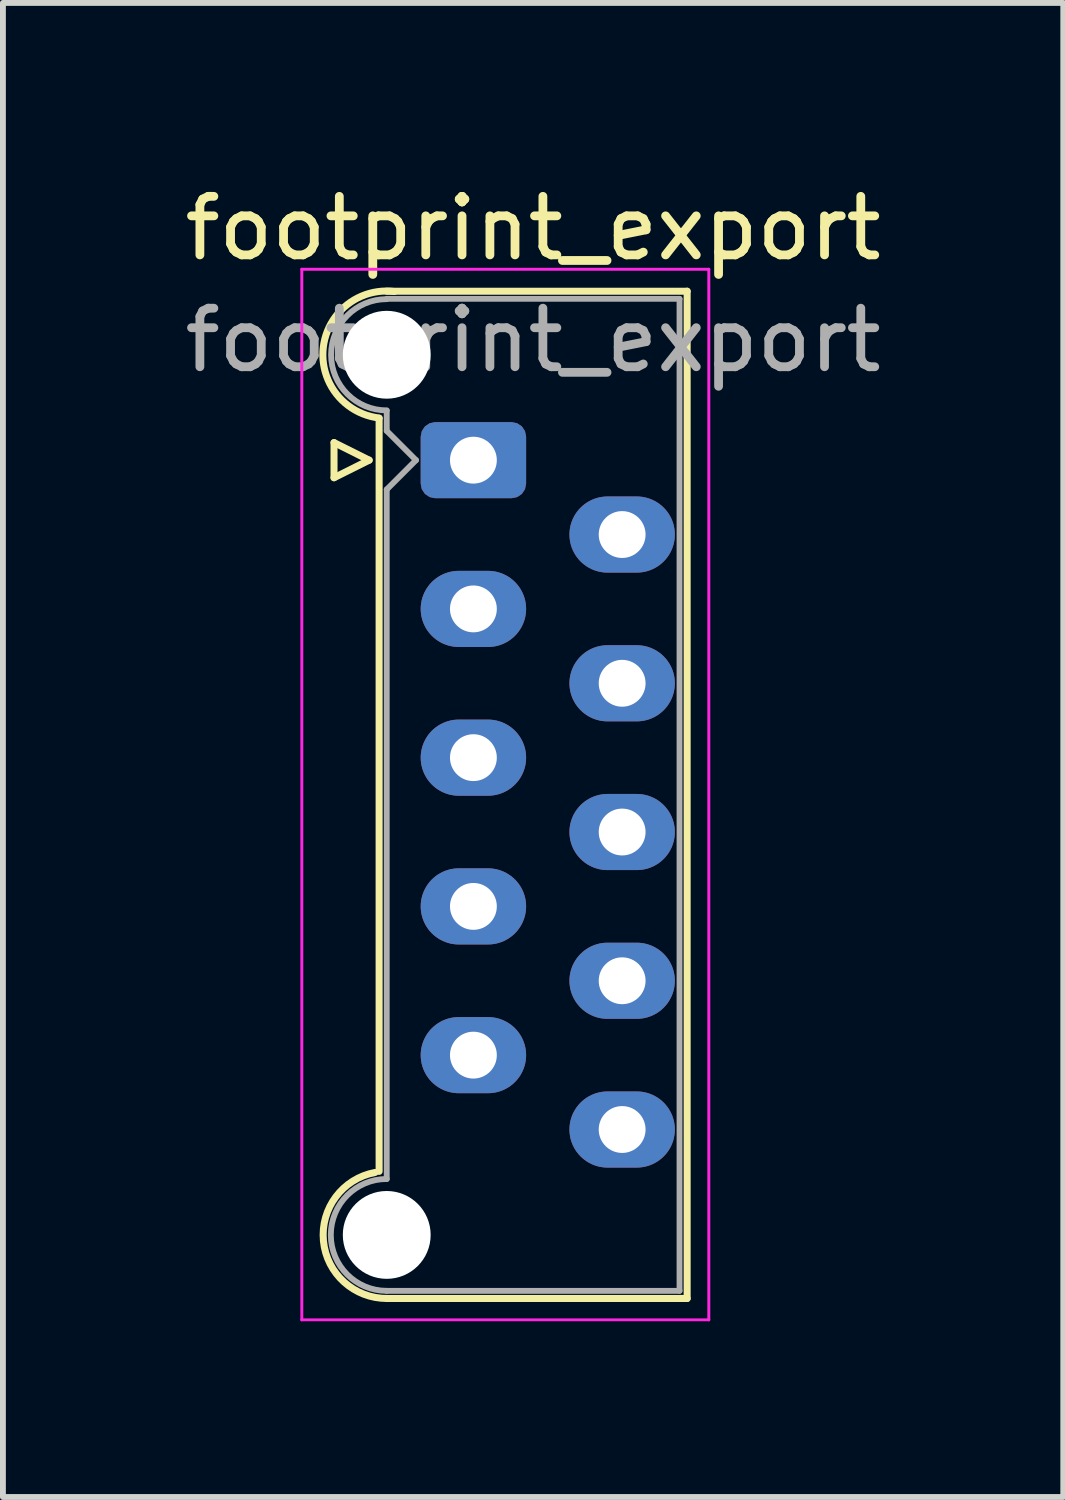
<source format=kicad_pcb>
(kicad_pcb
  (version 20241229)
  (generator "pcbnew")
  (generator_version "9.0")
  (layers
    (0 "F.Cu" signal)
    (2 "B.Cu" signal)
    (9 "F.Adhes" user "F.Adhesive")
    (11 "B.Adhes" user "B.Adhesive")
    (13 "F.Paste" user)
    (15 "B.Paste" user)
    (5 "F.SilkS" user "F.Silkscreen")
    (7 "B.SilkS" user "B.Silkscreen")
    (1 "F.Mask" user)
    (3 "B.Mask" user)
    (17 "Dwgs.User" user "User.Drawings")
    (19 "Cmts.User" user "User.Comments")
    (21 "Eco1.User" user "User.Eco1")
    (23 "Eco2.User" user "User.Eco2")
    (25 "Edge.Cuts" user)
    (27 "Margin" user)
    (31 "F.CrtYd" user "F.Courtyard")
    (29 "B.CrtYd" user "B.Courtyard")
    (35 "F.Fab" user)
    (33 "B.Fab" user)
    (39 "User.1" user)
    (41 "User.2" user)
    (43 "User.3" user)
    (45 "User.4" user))
  (footprint "footprint_export"
    (layer "F.Cu")
    (at 5.034 4.808)
    (property "Reference" "footprint_export" (at 1.02 -3.96 0) (layer "F.SilkS") (effects (font (size 1 1) (thickness 0.15))))
    (attr through_hole)
    (fp_line (start -2.38 -0.3) (end -2.38 0.3) (stroke (width 0.12) (type solid)) (layer "F.SilkS"))
    (fp_line (start -2.38 0.3) (end -1.78 0) (stroke (width 0.12) (type solid)) (layer "F.SilkS"))
    (fp_line (start -1.78 0) (end -2.38 -0.3) (stroke (width 0.12) (type solid)) (layer "F.SilkS"))
    (fp_line (start -1.61 -0.715) (end -1.61 12.145) (stroke (width 0.12) (type solid)) (layer "F.SilkS"))
    (fp_line (start -1.48 -2.885) (end 3.65 -2.885) (stroke (width 0.12) (type solid)) (layer "F.SilkS"))
    (fp_line (start 3.65 -2.885) (end 3.65 14.315) (stroke (width 0.12) (type solid)) (layer "F.SilkS"))
    (fp_line (start 3.65 14.315) (end -1.48 14.315) (stroke (width 0.12) (type solid)) (layer "F.SilkS"))
    (fp_arc (start -1.61 -0.72) (mid -2.56 -1.93) (end -1.35 -2.88) (stroke (width 0.12) (type solid)) (layer "F.SilkS"))
    (fp_arc (start -1.47 14.315) (mid -2.56 13.334526) (end -1.678256 12.16322) (stroke (width 0.12) (type solid)) (layer "F.SilkS"))
    (fp_line (start -2.93 -3.26) (end -2.93 14.68) (stroke (width 0.05) (type solid)) (layer "F.CrtYd"))
    (fp_line (start -2.93 14.68) (end 4.02 14.68) (stroke (width 0.05) (type solid)) (layer "F.CrtYd"))
    (fp_line (start 4.02 -3.26) (end -2.93 -3.26) (stroke (width 0.05) (type solid)) (layer "F.CrtYd"))
    (fp_line (start 4.02 14.68) (end 4.02 -3.26) (stroke (width 0.05) (type solid)) (layer "F.CrtYd"))
    (fp_line (start -1.48 -2.755) (end 3.52 -2.755) (stroke (width 0.1) (type solid)) (layer "F.Fab"))
    (fp_line (start -1.48 -0.845) (end -1.48 -0.5) (stroke (width 0.1) (type solid)) (layer "F.Fab"))
    (fp_line (start -1.48 -0.5) (end -0.98 0) (stroke (width 0.1) (type solid)) (layer "F.Fab"))
    (fp_line (start -1.48 0.5) (end -1.48 12.275) (stroke (width 0.1) (type solid)) (layer "F.Fab"))
    (fp_line (start -0.98 0) (end -1.48 0.5) (stroke (width 0.1) (type solid)) (layer "F.Fab"))
    (fp_line (start 3.52 -2.755) (end 3.52 14.185) (stroke (width 0.1) (type solid)) (layer "F.Fab"))
    (fp_line (start 3.52 14.185) (end -1.48 14.185) (stroke (width 0.1) (type solid)) (layer "F.Fab"))
    (fp_arc (start -1.48 -0.85) (mid -2.43 -1.8) (end -1.48 -2.75) (stroke (width 0.1) (type solid)) (layer "F.Fab"))
    (fp_arc (start -1.48 14.185) (mid -2.435 13.23) (end -1.48 12.275) (stroke (width 0.1) (type solid)) (layer "F.Fab"))
    (fp_text user "${REFERENCE}" (at 1.02 -2.05 0) (layer "F.Fab") (effects (font (size 1 1) (thickness 0.15))))
    (pad "" np_thru_hole circle (at -1.48 -1.8) (size 1.5 1.5) (drill 1.5) (layers "*.Cu" "*.Mask"))
    (pad "" np_thru_hole circle (at -1.48 13.23) (size 1.5 1.5) (drill 1.5) (layers "*.Cu" "*.Mask"))
    (pad "1" thru_hole roundrect (at 0 0) (size 1.8 1.3) (drill 0.8) (layers "*.Cu" "*.Mask") (roundrect_rratio 0.192))
    (pad "2" thru_hole oval (at 2.54 1.27) (size 1.8 1.3) (drill 0.8) (layers "*.Cu" "*.Mask"))
    (pad "3" thru_hole oval (at 0 2.54) (size 1.8 1.3) (drill 0.8) (layers "*.Cu" "*.Mask"))
    (pad "4" thru_hole oval (at 2.54 3.81) (size 1.8 1.3) (drill 0.8) (layers "*.Cu" "*.Mask"))
    (pad "5" thru_hole oval (at 0 5.08) (size 1.8 1.3) (drill 0.8) (layers "*.Cu" "*.Mask"))
    (pad "6" thru_hole oval (at 2.54 6.35) (size 1.8 1.3) (drill 0.8) (layers "*.Cu" "*.Mask"))
    (pad "7" thru_hole oval (at 0 7.62) (size 1.8 1.3) (drill 0.8) (layers "*.Cu" "*.Mask"))
    (pad "8" thru_hole oval (at 2.54 8.89) (size 1.8 1.3) (drill 0.8) (layers "*.Cu" "*.Mask"))
    (pad "9" thru_hole oval (at 0 10.16) (size 1.8 1.3) (drill 0.8) (layers "*.Cu" "*.Mask"))
    (pad "10" thru_hole oval (at 2.54 11.43) (size 1.8 1.3) (drill 0.8) (layers "*.Cu" "*.Mask")))
  (gr_rect
    (start -3 -3)
    (end 15.107 22.513)
    (stroke (width 0.1) (type default))
    (fill no)
    (layer "Edge.Cuts")))
</source>
